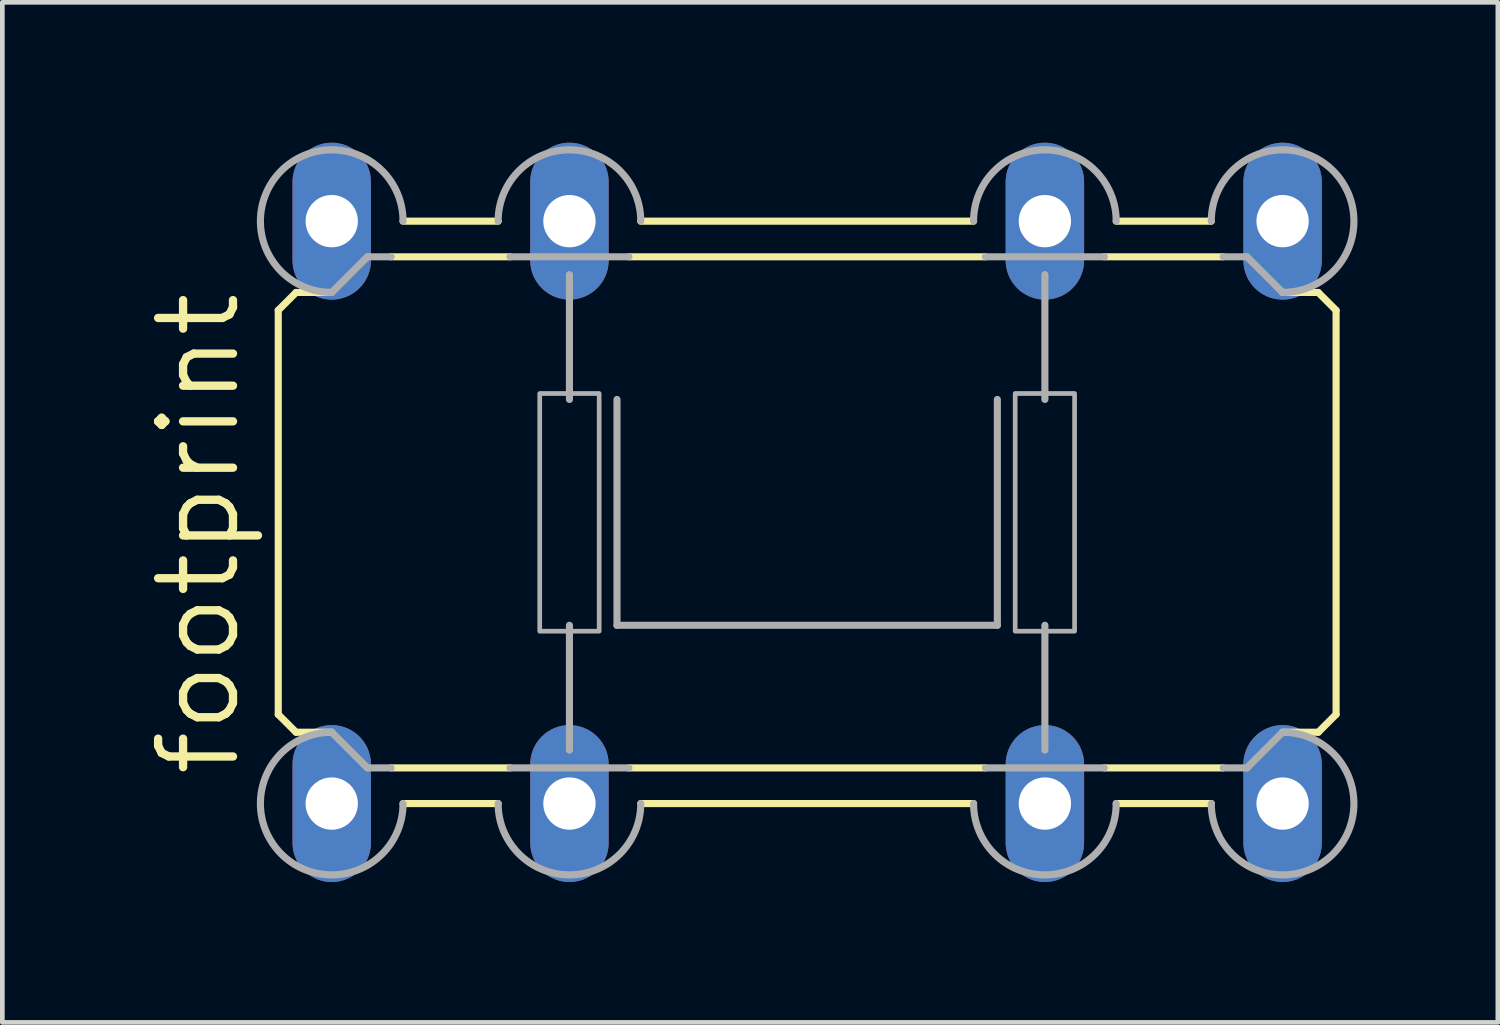
<source format=kicad_pcb>
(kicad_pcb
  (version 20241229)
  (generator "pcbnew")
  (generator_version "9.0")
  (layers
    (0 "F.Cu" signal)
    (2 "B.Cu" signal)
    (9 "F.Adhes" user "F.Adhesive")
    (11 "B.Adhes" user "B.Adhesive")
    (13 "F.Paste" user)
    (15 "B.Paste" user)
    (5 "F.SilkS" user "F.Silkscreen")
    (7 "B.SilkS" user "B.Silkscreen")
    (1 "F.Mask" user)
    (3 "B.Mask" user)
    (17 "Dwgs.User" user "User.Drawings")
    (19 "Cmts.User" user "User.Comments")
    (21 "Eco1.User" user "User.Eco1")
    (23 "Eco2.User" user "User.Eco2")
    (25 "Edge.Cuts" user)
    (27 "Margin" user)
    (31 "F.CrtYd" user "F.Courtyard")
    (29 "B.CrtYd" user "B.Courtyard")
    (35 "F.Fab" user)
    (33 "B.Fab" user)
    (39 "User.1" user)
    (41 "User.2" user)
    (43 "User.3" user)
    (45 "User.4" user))
  (footprint "footprint"
    (layer "F.Cu")
    (at 14.199 7.899)
    (property "Reference" "footprint" (at -12.065 5.715 90) (layer "F.SilkS") (effects (font (size 1.6 1.6) (thickness 0.178)) (justify left bottom)))
    (fp_line (start -11.303 4.318) (end -11.303 -4.318) (stroke (width 0.152) (type solid)) (layer "F.SilkS"))
    (fp_line (start -11.303 4.318) (end -10.922 4.699) (stroke (width 0.152) (type solid)) (layer "F.SilkS"))
    (fp_line (start -10.922 -4.699) (end -11.303 -4.318) (stroke (width 0.152) (type solid)) (layer "F.SilkS"))
    (fp_line (start -10.922 -4.699) (end -10.16 -4.699) (stroke (width 0.152) (type solid)) (layer "F.SilkS"))
    (fp_line (start -10.922 4.699) (end -10.16 4.699) (stroke (width 0.152) (type solid)) (layer "F.SilkS"))
    (fp_line (start -6.604 -6.223) (end -8.636 -6.223) (stroke (width 0.152) (type solid)) (layer "F.SilkS"))
    (fp_line (start -6.604 6.223) (end -8.636 6.223) (stroke (width 0.152) (type solid)) (layer "F.SilkS"))
    (fp_line (start -6.35 -5.461) (end -8.89 -5.461) (stroke (width 0.152) (type solid)) (layer "F.SilkS"))
    (fp_line (start -6.35 5.461) (end -8.89 5.461) (stroke (width 0.152) (type solid)) (layer "F.SilkS"))
    (fp_line (start 3.556 -6.223) (end -3.556 -6.223) (stroke (width 0.152) (type solid)) (layer "F.SilkS"))
    (fp_line (start 3.556 6.223) (end -3.556 6.223) (stroke (width 0.152) (type solid)) (layer "F.SilkS"))
    (fp_line (start 3.81 -5.461) (end -3.81 -5.461) (stroke (width 0.152) (type solid)) (layer "F.SilkS"))
    (fp_line (start 3.81 5.461) (end -3.81 5.461) (stroke (width 0.152) (type solid)) (layer "F.SilkS"))
    (fp_line (start 8.636 -6.223) (end 6.604 -6.223) (stroke (width 0.152) (type solid)) (layer "F.SilkS"))
    (fp_line (start 8.636 6.223) (end 6.604 6.223) (stroke (width 0.152) (type solid)) (layer "F.SilkS"))
    (fp_line (start 8.89 -5.461) (end 6.35 -5.461) (stroke (width 0.152) (type solid)) (layer "F.SilkS"))
    (fp_line (start 8.89 5.461) (end 6.35 5.461) (stroke (width 0.152) (type solid)) (layer "F.SilkS"))
    (fp_line (start 10.922 -4.699) (end 10.16 -4.699) (stroke (width 0.152) (type solid)) (layer "F.SilkS"))
    (fp_line (start 10.922 -4.699) (end 11.303 -4.318) (stroke (width 0.152) (type solid)) (layer "F.SilkS"))
    (fp_line (start 10.922 4.699) (end 10.16 4.699) (stroke (width 0.152) (type solid)) (layer "F.SilkS"))
    (fp_line (start 11.303 -4.318) (end 11.303 4.318) (stroke (width 0.152) (type solid)) (layer "F.SilkS"))
    (fp_line (start 11.303 4.318) (end 10.922 4.699) (stroke (width 0.152) (type solid)) (layer "F.SilkS"))
    (fp_line (start -10.16 -4.699) (end -9.398 -5.461) (stroke (width 0.152) (type solid)) (layer "F.Fab"))
    (fp_line (start -10.16 4.699) (end -9.398 5.461) (stroke (width 0.152) (type solid)) (layer "F.Fab"))
    (fp_line (start -9.398 -5.461) (end -8.89 -5.461) (stroke (width 0.152) (type solid)) (layer "F.Fab"))
    (fp_line (start -9.398 5.461) (end -8.89 5.461) (stroke (width 0.152) (type solid)) (layer "F.Fab"))
    (fp_line (start -6.35 -5.461) (end -3.81 -5.461) (stroke (width 0.152) (type solid)) (layer "F.Fab"))
    (fp_line (start -6.35 5.461) (end -3.81 5.461) (stroke (width 0.152) (type solid)) (layer "F.Fab"))
    (fp_line (start -5.08 -5.08) (end -5.08 -2.413) (stroke (width 0.152) (type solid)) (layer "F.Fab"))
    (fp_line (start -5.08 2.413) (end -5.08 5.08) (stroke (width 0.152) (type solid)) (layer "F.Fab"))
    (fp_line (start -4.064 2.413) (end -4.064 -2.413) (stroke (width 0.152) (type solid)) (layer "F.Fab"))
    (fp_line (start -4.064 2.413) (end 4.064 2.413) (stroke (width 0.152) (type solid)) (layer "F.Fab"))
    (fp_line (start 3.81 -5.461) (end 6.35 -5.461) (stroke (width 0.152) (type solid)) (layer "F.Fab"))
    (fp_line (start 3.81 5.461) (end 6.35 5.461) (stroke (width 0.152) (type solid)) (layer "F.Fab"))
    (fp_line (start 4.064 2.413) (end 4.064 -2.413) (stroke (width 0.152) (type solid)) (layer "F.Fab"))
    (fp_line (start 5.08 -5.08) (end 5.08 -2.413) (stroke (width 0.152) (type solid)) (layer "F.Fab"))
    (fp_line (start 5.08 2.413) (end 5.08 5.08) (stroke (width 0.152) (type solid)) (layer "F.Fab"))
    (fp_line (start 9.398 -5.461) (end 8.89 -5.461) (stroke (width 0.152) (type solid)) (layer "F.Fab"))
    (fp_line (start 9.398 5.461) (end 8.89 5.461) (stroke (width 0.152) (type solid)) (layer "F.Fab"))
    (fp_line (start 10.16 -4.699) (end 9.398 -5.461) (stroke (width 0.152) (type solid)) (layer "F.Fab"))
    (fp_line (start 10.16 4.699) (end 9.398 5.461) (stroke (width 0.152) (type solid)) (layer "F.Fab"))
    (fp_arc (start -10.16 -4.699) (mid -11.237631 -7.300631) (end -8.636 -6.223) (stroke (width 0.1524) (type solid)) (layer "F.Fab"))
    (fp_arc (start -8.636 6.223) (mid -11.237631 7.300631) (end -10.16 4.699) (stroke (width 0.1524) (type solid)) (layer "F.Fab"))
    (fp_arc (start -6.604 -6.223) (mid -5.08 -7.747) (end -3.556 -6.223) (stroke (width 0.1524) (type solid)) (layer "F.Fab"))
    (fp_arc (start -3.556 6.223) (mid -5.08 7.747) (end -6.604 6.223) (stroke (width 0.1524) (type solid)) (layer "F.Fab"))
    (fp_arc (start 3.556 -6.223) (mid 5.08 -7.747) (end 6.604 -6.223) (stroke (width 0.1524) (type solid)) (layer "F.Fab"))
    (fp_arc (start 6.604 6.223) (mid 5.08 7.747) (end 3.556 6.223) (stroke (width 0.1524) (type solid)) (layer "F.Fab"))
    (fp_arc (start 8.636 -6.223) (mid 11.237631 -7.300631) (end 10.16 -4.699) (stroke (width 0.1524) (type solid)) (layer "F.Fab"))
    (fp_arc (start 10.16 4.699) (mid 11.237631 7.300631) (end 8.636 6.223) (stroke (width 0.1524) (type solid)) (layer "F.Fab"))
    (fp_poly (pts (xy -5.715 2.54) (xy -4.445 2.54) (xy -4.445 -2.54) (xy -5.715 -2.54)) (stroke (width 0.1) (type solid)) (fill no) (layer "F.Fab"))
    (fp_poly (pts (xy 4.445 2.54) (xy 5.715 2.54) (xy 5.715 -2.54) (xy 4.445 -2.54)) (stroke (width 0.1) (type solid)) (fill no) (layer "F.Fab"))
    (pad "1" thru_hole oval (at -5.08 6.223 90) (size 3.353 1.676) (drill 1.118) (layers "*.Cu" "*.Mask"))
    (pad "2" thru_hole oval (at -5.08 -6.223 90) (size 3.353 1.676) (drill 1.118) (layers "*.Cu" "*.Mask"))
    (pad "3" thru_hole oval (at 5.08 6.223 90) (size 3.353 1.676) (drill 1.118) (layers "*.Cu" "*.Mask"))
    (pad "4" thru_hole oval (at 5.08 -6.223 90) (size 3.353 1.676) (drill 1.118) (layers "*.Cu" "*.Mask"))
    (pad "5" thru_hole oval (at -10.16 6.223 90) (size 3.353 1.676) (drill 1.118) (layers "*.Cu" "*.Mask"))
    (pad "6" thru_hole oval (at -10.16 -6.223 90) (size 3.353 1.676) (drill 1.118) (layers "*.Cu" "*.Mask"))
    (pad "7" thru_hole oval (at 10.16 6.223 90) (size 3.353 1.676) (drill 1.118) (layers "*.Cu" "*.Mask"))
    (pad "8" thru_hole oval (at 10.16 -6.223 90) (size 3.353 1.676) (drill 1.118) (layers "*.Cu" "*.Mask")))
  (gr_rect
    (start -3 -3)
    (end 28.959 18.799)
    (stroke (width 0.1) (type default))
    (fill no)
    (layer "Edge.Cuts")))
</source>
